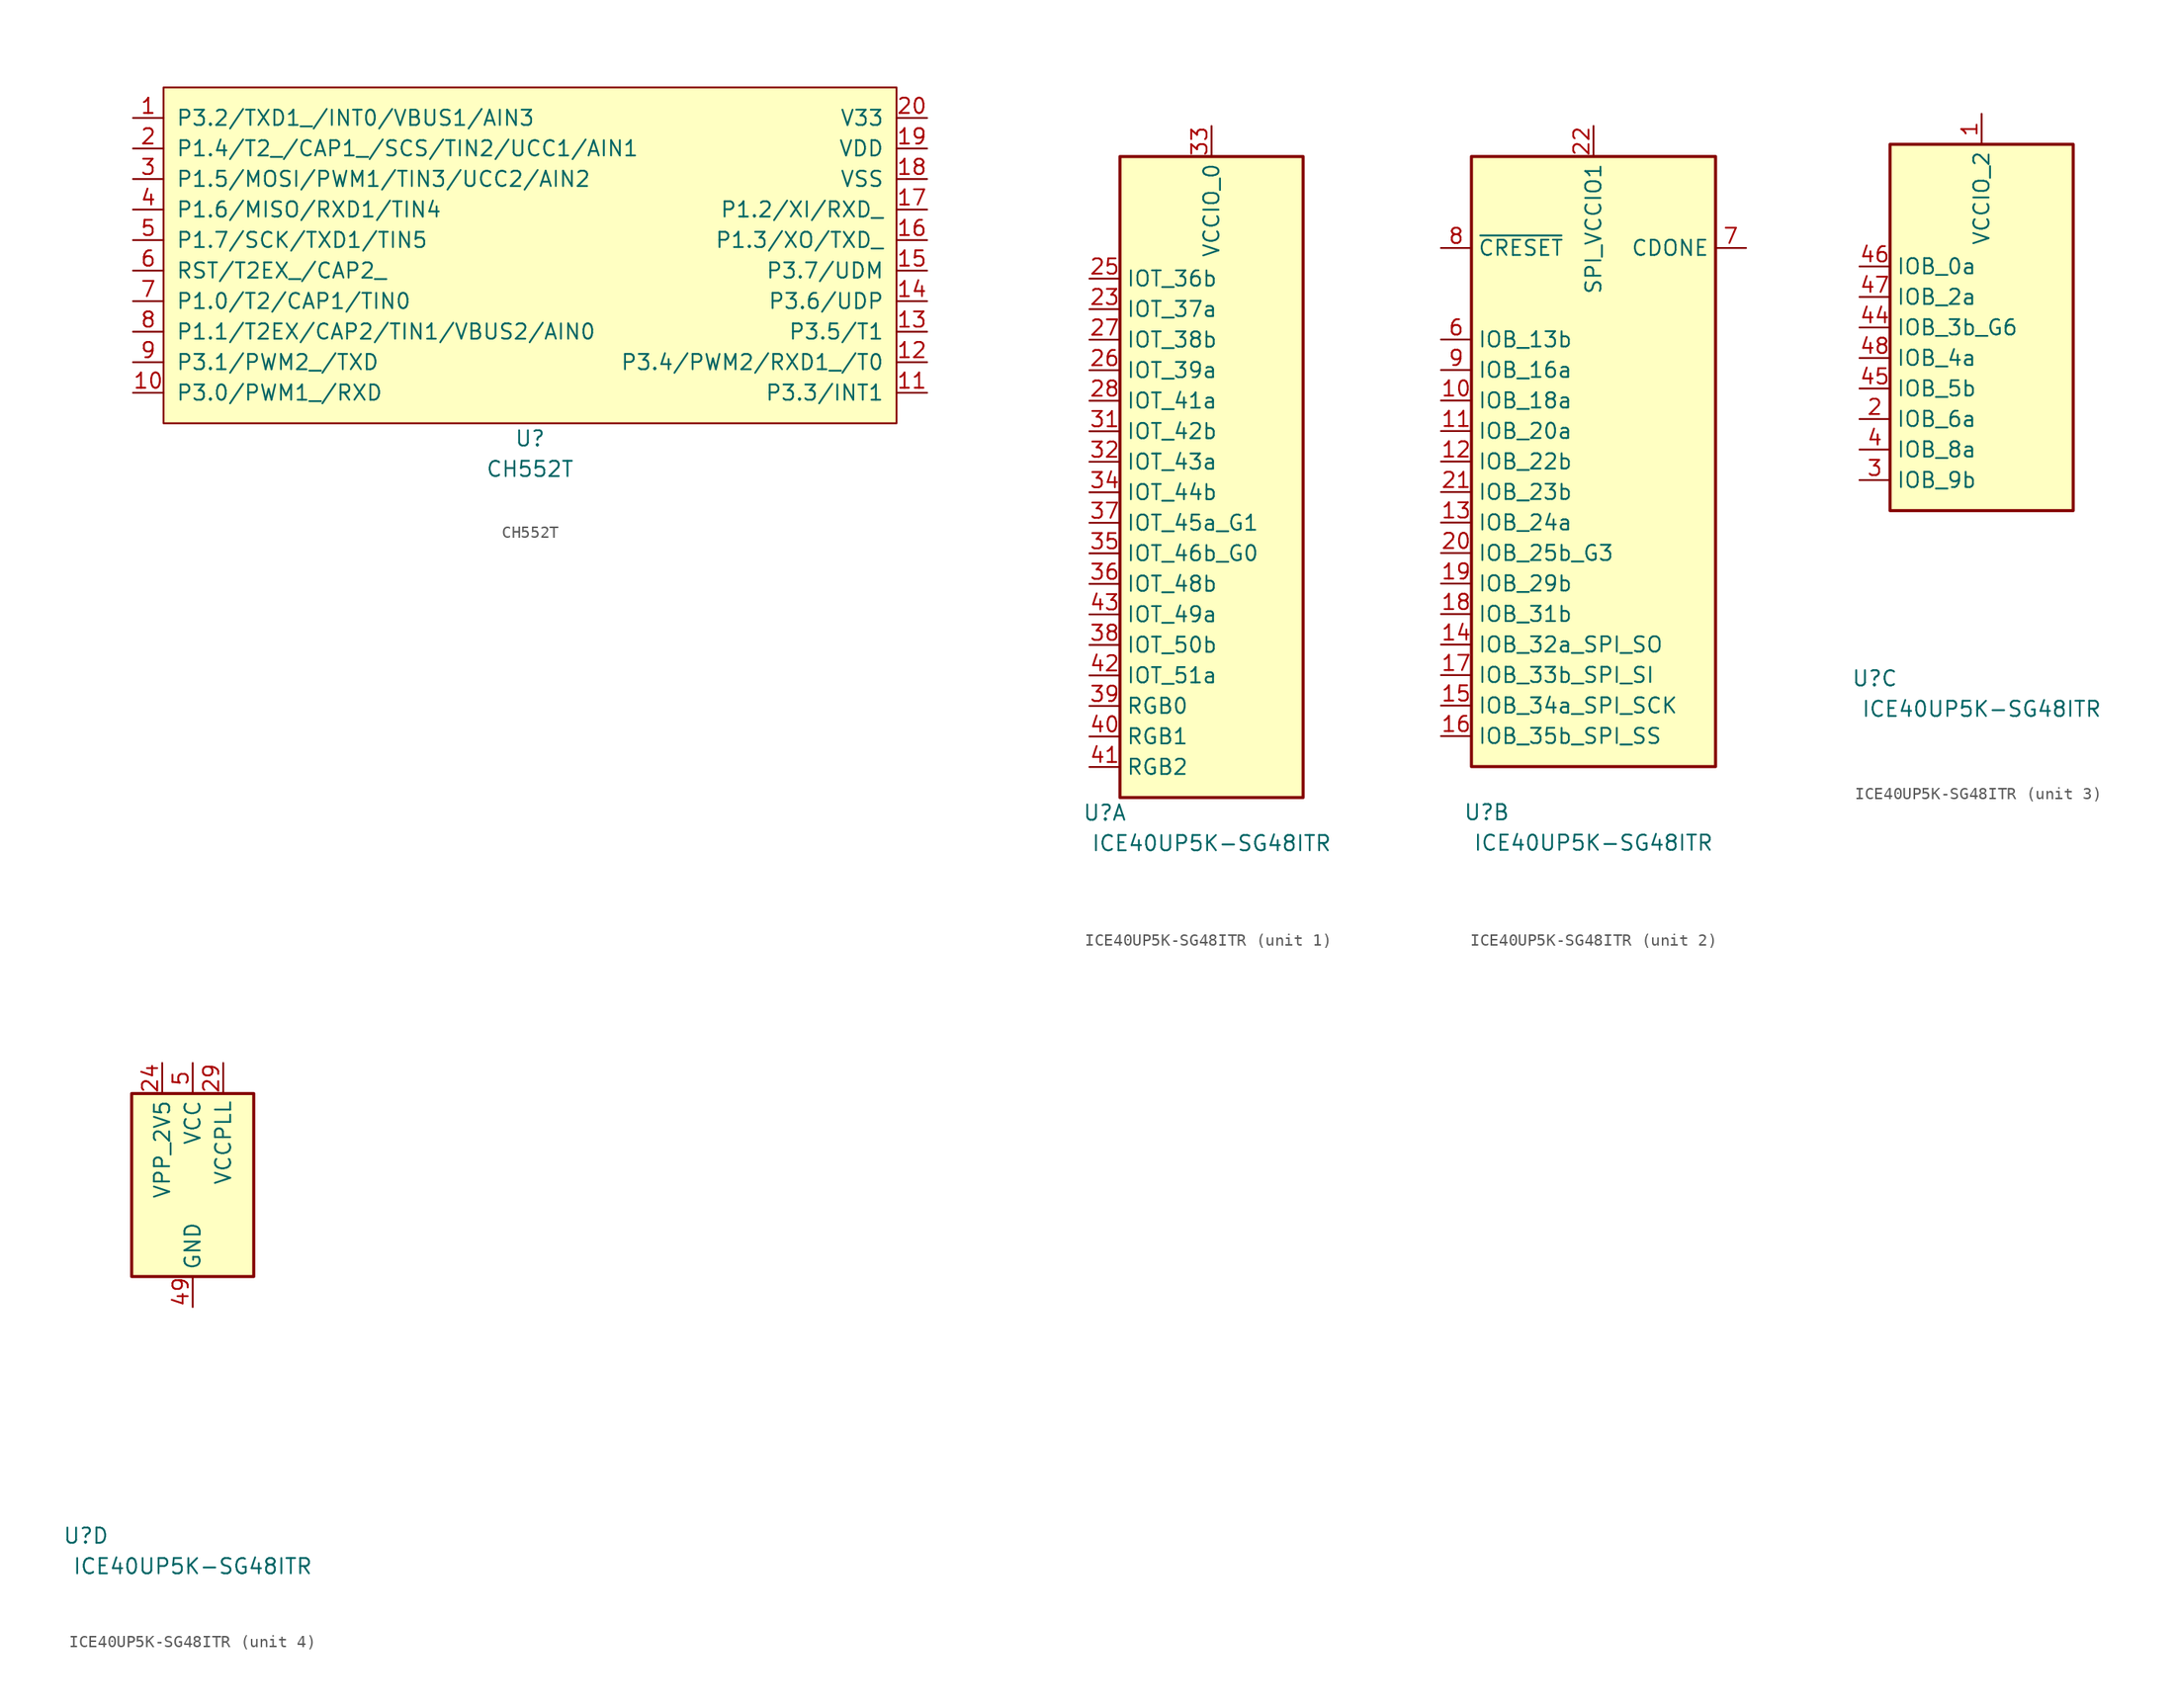
<source format=kicad_sym>
(kicad_symbol_lib
  (version 20211014)
  (generator kicad_symbol_editor)
  (symbol "CH552T"
    (pin_names
      (offset 1.016))
    (property "Reference" "U"
      (at 0 -1.27 0)
      (effects (font (size 1.27 1.27))))
    (property "Value" "CH552T"
      (at 0 -3.81 0)
      (effects (font (size 1.27 1.27))))
    (symbol "CH552T_0_1"
      (rectangle (start -30.48 27.94) (end 30.48 0) (stroke (width 0) (type default) (color 0 0 0 0)) (fill (type background))))
    (symbol "CH552T_1_1"
      (pin tri_state line (at -33.02 25.4 0) (length 2.54) (name "P3.2/TXD1_/INT0/VBUS1/AIN3" (effects (font (size 1.27 1.27)))) (number "1" (effects (font (size 1.27 1.27)))))
      (pin tri_state line (at -33.02 2.54 0) (length 2.54) (name "P3.0/PWM1_/RXD" (effects (font (size 1.27 1.27)))) (number "10" (effects (font (size 1.27 1.27)))))
      (pin tri_state line (at 33.02 2.54 180) (length 2.54) (name "P3.3/INT1" (effects (font (size 1.27 1.27)))) (number "11" (effects (font (size 1.27 1.27)))))
      (pin tri_state line (at 33.02 5.08 180) (length 2.54) (name "P3.4/PWM2/RXD1_/T0" (effects (font (size 1.27 1.27)))) (number "12" (effects (font (size 1.27 1.27)))))
      (pin tri_state line (at 33.02 7.62 180) (length 2.54) (name "P3.5/T1" (effects (font (size 1.27 1.27)))) (number "13" (effects (font (size 1.27 1.27)))))
      (pin passive line (at 33.02 10.16 180) (length 2.54) (name "P3.6/UDP" (effects (font (size 1.27 1.27)))) (number "14" (effects (font (size 1.27 1.27)))))
      (pin passive line (at 33.02 12.7 180) (length 2.54) (name "P3.7/UDM" (effects (font (size 1.27 1.27)))) (number "15" (effects (font (size 1.27 1.27)))))
      (pin passive line (at 33.02 15.24 180) (length 2.54) (name "P1.3/XO/TXD_" (effects (font (size 1.27 1.27)))) (number "16" (effects (font (size 1.27 1.27)))))
      (pin passive line (at 33.02 17.78 180) (length 2.54) (name "P1.2/XI/RXD_" (effects (font (size 1.27 1.27)))) (number "17" (effects (font (size 1.27 1.27)))))
      (pin power_in line (at 33.02 20.32 180) (length 2.54) (name "VSS" (effects (font (size 1.27 1.27)))) (number "18" (effects (font (size 1.27 1.27)))))
      (pin power_in line (at 33.02 22.86 180) (length 2.54) (name "VDD" (effects (font (size 1.27 1.27)))) (number "19" (effects (font (size 1.27 1.27)))))
      (pin tri_state line (at -33.02 22.86 0) (length 2.54) (name "P1.4/T2_/CAP1_/SCS/TIN2/UCC1/AIN1" (effects (font (size 1.27 1.27)))) (number "2" (effects (font (size 1.27 1.27)))))
      (pin power_in line (at 33.02 25.4 180) (length 2.54) (name "V33" (effects (font (size 1.27 1.27)))) (number "20" (effects (font (size 1.27 1.27)))))
      (pin tri_state line (at -33.02 20.32 0) (length 2.54) (name "P1.5/MOSI/PWM1/TIN3/UCC2/AIN2" (effects (font (size 1.27 1.27)))) (number "3" (effects (font (size 1.27 1.27)))))
      (pin tri_state line (at -33.02 17.78 0) (length 2.54) (name "P1.6/MISO/RXD1/TIN4" (effects (font (size 1.27 1.27)))) (number "4" (effects (font (size 1.27 1.27)))))
      (pin tri_state line (at -33.02 15.24 0) (length 2.54) (name "P1.7/SCK/TXD1/TIN5" (effects (font (size 1.27 1.27)))) (number "5" (effects (font (size 1.27 1.27)))))
      (pin tri_state line (at -33.02 12.7 0) (length 2.54) (name "RST/T2EX_/CAP2_" (effects (font (size 1.27 1.27)))) (number "6" (effects (font (size 1.27 1.27)))))
      (pin tri_state line (at -33.02 10.16 0) (length 2.54) (name "P1.0/T2/CAP1/TIN0" (effects (font (size 1.27 1.27)))) (number "7" (effects (font (size 1.27 1.27)))))
      (pin tri_state line (at -33.02 7.62 0) (length 2.54) (name "P1.1/T2EX/CAP2/TIN1/VBUS2/AIN0" (effects (font (size 1.27 1.27)))) (number "8" (effects (font (size 1.27 1.27)))))
      (pin tri_state line (at -33.02 5.08 0) (length 2.54) (name "P3.1/PWM2_/TXD" (effects (font (size 1.27 1.27)))) (number "9" (effects (font (size 1.27 1.27)))))))
  (symbol "ICE40UP5K-SG48ITR"
    (property "Reference" "U"
      (at -8.89 -29.21 0)
      (effects (font (size 1.27 1.27))))
    (property "Value" "ICE40UP5K-SG48ITR"
      (at 0 -31.75 0)
      (effects (font (size 1.27 1.27))))
    (property "ki_locked" ""
      (at 0 0 0)
      (effects (font (size 1.27 1.27))))
    (symbol "ICE40UP5K-SG48ITR_1_1"
      (rectangle (start -7.62 25.4) (end 7.62 -27.94) (stroke (width 0.254) (type default) (color 0 0 0 0)) (fill (type background)))
      (pin bidirectional line (at -10.16 12.7 0) (length 2.54) (name "IOT_37a" (effects (font (size 1.27 1.27)))) (number "23" (effects (font (size 1.27 1.27)))))
      (pin bidirectional line (at -10.16 15.24 0) (length 2.54) (name "IOT_36b" (effects (font (size 1.27 1.27)))) (number "25" (effects (font (size 1.27 1.27)))))
      (pin bidirectional line (at -10.16 7.62 0) (length 2.54) (name "IOT_39a" (effects (font (size 1.27 1.27)))) (number "26" (effects (font (size 1.27 1.27)))))
      (pin bidirectional line (at -10.16 10.16 0) (length 2.54) (name "IOT_38b" (effects (font (size 1.27 1.27)))) (number "27" (effects (font (size 1.27 1.27)))))
      (pin bidirectional line (at -10.16 5.08 0) (length 2.54) (name "IOT_41a" (effects (font (size 1.27 1.27)))) (number "28" (effects (font (size 1.27 1.27)))))
      (pin bidirectional line (at -10.16 2.54 0) (length 2.54) (name "IOT_42b" (effects (font (size 1.27 1.27)))) (number "31" (effects (font (size 1.27 1.27)))))
      (pin bidirectional line (at -10.16 0 0) (length 2.54) (name "IOT_43a" (effects (font (size 1.27 1.27)))) (number "32" (effects (font (size 1.27 1.27)))))
      (pin power_in line (at 0 27.94 270) (length 2.54) (name "VCCIO_0" (effects (font (size 1.27 1.27)))) (number "33" (effects (font (size 1.27 1.27)))))
      (pin bidirectional line (at -10.16 -2.54 0) (length 2.54) (name "IOT_44b" (effects (font (size 1.27 1.27)))) (number "34" (effects (font (size 1.27 1.27)))))
      (pin bidirectional line (at -10.16 -7.62 0) (length 2.54) (name "IOT_46b_G0" (effects (font (size 1.27 1.27)))) (number "35" (effects (font (size 1.27 1.27)))))
      (pin bidirectional line (at -10.16 -10.16 0) (length 2.54) (name "IOT_48b" (effects (font (size 1.27 1.27)))) (number "36" (effects (font (size 1.27 1.27)))))
      (pin bidirectional line (at -10.16 -5.08 0) (length 2.54) (name "IOT_45a_G1" (effects (font (size 1.27 1.27)))) (number "37" (effects (font (size 1.27 1.27)))))
      (pin bidirectional line (at -10.16 -15.24 0) (length 2.54) (name "IOT_50b" (effects (font (size 1.27 1.27)))) (number "38" (effects (font (size 1.27 1.27)))))
      (pin tri_state line (at -10.16 -20.32 0) (length 2.54) (name "RGB0" (effects (font (size 1.27 1.27)))) (number "39" (effects (font (size 1.27 1.27)))))
      (pin tri_state line (at -10.16 -22.86 0) (length 2.54) (name "RGB1" (effects (font (size 1.27 1.27)))) (number "40" (effects (font (size 1.27 1.27)))))
      (pin tri_state line (at -10.16 -25.4 0) (length 2.54) (name "RGB2" (effects (font (size 1.27 1.27)))) (number "41" (effects (font (size 1.27 1.27)))))
      (pin bidirectional line (at -10.16 -17.78 0) (length 2.54) (name "IOT_51a" (effects (font (size 1.27 1.27)))) (number "42" (effects (font (size 1.27 1.27)))))
      (pin bidirectional line (at -10.16 -12.7 0) (length 2.54) (name "IOT_49a" (effects (font (size 1.27 1.27)))) (number "43" (effects (font (size 1.27 1.27))))))
    (symbol "ICE40UP5K-SG48ITR_2_1"
      (rectangle (start -10.16 25.4) (end 10.16 -25.4) (stroke (width 0.254) (type default) (color 0 0 0 0)) (fill (type background)))
      (pin bidirectional line (at -12.7 5.08 0) (length 2.54) (name "IOB_18a" (effects (font (size 1.27 1.27)))) (number "10" (effects (font (size 1.27 1.27)))))
      (pin bidirectional line (at -12.7 2.54 0) (length 2.54) (name "IOB_20a" (effects (font (size 1.27 1.27)))) (number "11" (effects (font (size 1.27 1.27)))))
      (pin bidirectional line (at -12.7 0 0) (length 2.54) (name "IOB_22b" (effects (font (size 1.27 1.27)))) (number "12" (effects (font (size 1.27 1.27)))))
      (pin bidirectional line (at -12.7 -5.08 0) (length 2.54) (name "IOB_24a" (effects (font (size 1.27 1.27)))) (number "13" (effects (font (size 1.27 1.27)))))
      (pin bidirectional line (at -12.7 -15.24 0) (length 2.54) (name "IOB_32a_SPI_SO" (effects (font (size 1.27 1.27)))) (number "14" (effects (font (size 1.27 1.27)))))
      (pin bidirectional line (at -12.7 -20.32 0) (length 2.54) (name "IOB_34a_SPI_SCK" (effects (font (size 1.27 1.27)))) (number "15" (effects (font (size 1.27 1.27)))))
      (pin bidirectional line (at -12.7 -22.86 0) (length 2.54) (name "IOB_35b_SPI_SS" (effects (font (size 1.27 1.27)))) (number "16" (effects (font (size 1.27 1.27)))))
      (pin bidirectional line (at -12.7 -17.78 0) (length 2.54) (name "IOB_33b_SPI_SI" (effects (font (size 1.27 1.27)))) (number "17" (effects (font (size 1.27 1.27)))))
      (pin bidirectional line (at -12.7 -12.7 0) (length 2.54) (name "IOB_31b" (effects (font (size 1.27 1.27)))) (number "18" (effects (font (size 1.27 1.27)))))
      (pin bidirectional line (at -12.7 -10.16 0) (length 2.54) (name "IOB_29b" (effects (font (size 1.27 1.27)))) (number "19" (effects (font (size 1.27 1.27)))))
      (pin bidirectional line (at -12.7 -7.62 0) (length 2.54) (name "IOB_25b_G3" (effects (font (size 1.27 1.27)))) (number "20" (effects (font (size 1.27 1.27)))))
      (pin bidirectional line (at -12.7 -2.54 0) (length 2.54) (name "IOB_23b" (effects (font (size 1.27 1.27)))) (number "21" (effects (font (size 1.27 1.27)))))
      (pin power_in line (at 0 27.94 270) (length 2.54) (name "SPI_VCCIO1" (effects (font (size 1.27 1.27)))) (number "22" (effects (font (size 1.27 1.27)))))
      (pin bidirectional line (at -12.7 10.16 0) (length 2.54) (name "IOB_13b" (effects (font (size 1.27 1.27)))) (number "6" (effects (font (size 1.27 1.27)))))
      (pin tri_state line (at 12.7 17.78 180) (length 2.54) (name "CDONE" (effects (font (size 1.27 1.27)))) (number "7" (effects (font (size 1.27 1.27)))))
      (pin input line (at -12.7 17.78 0) (length 2.54) (name "~{CRESET}" (effects (font (size 1.27 1.27)))) (number "8" (effects (font (size 1.27 1.27)))))
      (pin bidirectional line (at -12.7 7.62 0) (length 2.54) (name "IOB_16a" (effects (font (size 1.27 1.27)))) (number "9" (effects (font (size 1.27 1.27))))))
    (symbol "ICE40UP5K-SG48ITR_3_1"
      (rectangle (start -7.62 15.24) (end 7.62 -15.24) (stroke (width 0.254) (type default) (color 0 0 0 0)) (fill (type background)))
      (pin power_in line (at 0 17.78 270) (length 2.54) (name "VCCIO_2" (effects (font (size 1.27 1.27)))) (number "1" (effects (font (size 1.27 1.27)))))
      (pin bidirectional line (at -10.16 -7.62 0) (length 2.54) (name "IOB_6a" (effects (font (size 1.27 1.27)))) (number "2" (effects (font (size 1.27 1.27)))))
      (pin bidirectional line (at -10.16 -12.7 0) (length 2.54) (name "IOB_9b" (effects (font (size 1.27 1.27)))) (number "3" (effects (font (size 1.27 1.27)))))
      (pin bidirectional line (at -10.16 -10.16 0) (length 2.54) (name "IOB_8a" (effects (font (size 1.27 1.27)))) (number "4" (effects (font (size 1.27 1.27)))))
      (pin bidirectional line (at -10.16 0 0) (length 2.54) (name "IOB_3b_G6" (effects (font (size 1.27 1.27)))) (number "44" (effects (font (size 1.27 1.27)))))
      (pin bidirectional line (at -10.16 -5.08 0) (length 2.54) (name "IOB_5b" (effects (font (size 1.27 1.27)))) (number "45" (effects (font (size 1.27 1.27)))))
      (pin bidirectional line (at -10.16 5.08 0) (length 2.54) (name "IOB_0a" (effects (font (size 1.27 1.27)))) (number "46" (effects (font (size 1.27 1.27)))))
      (pin bidirectional line (at -10.16 2.54 0) (length 2.54) (name "IOB_2a" (effects (font (size 1.27 1.27)))) (number "47" (effects (font (size 1.27 1.27)))))
      (pin bidirectional line (at -10.16 -2.54 0) (length 2.54) (name "IOB_4a" (effects (font (size 1.27 1.27)))) (number "48" (effects (font (size 1.27 1.27))))))
    (symbol "ICE40UP5K-SG48ITR_4_1"
      (rectangle (start -5.08 7.62) (end 5.08 -7.62) (stroke (width 0.254) (type default) (color 0 0 0 0)) (fill (type background)))
      (pin power_in line (at -2.54 10.16 270) (length 2.54) (name "VPP_2V5" (effects (font (size 1.27 1.27)))) (number "24" (effects (font (size 1.27 1.27)))))
      (pin power_out line (at 2.54 10.16 270) (length 2.54) (name "VCCPLL" (effects (font (size 1.27 1.27)))) (number "29" (effects (font (size 1.27 1.27)))))
      (pin passive line (at 0 10.16 270) (length 2.54) hide (name "VCC" (effects (font (size 1.27 1.27)))) (number "30" (effects (font (size 1.27 1.27)))))
      (pin power_in line (at 0 -10.16 90) (length 2.54) (name "GND" (effects (font (size 1.27 1.27)))) (number "49" (effects (font (size 1.27 1.27)))))
      (pin power_in line (at 0 10.16 270) (length 2.54) (name "VCC" (effects (font (size 1.27 1.27)))) (number "5" (effects (font (size 1.27 1.27))))))))
</source>
